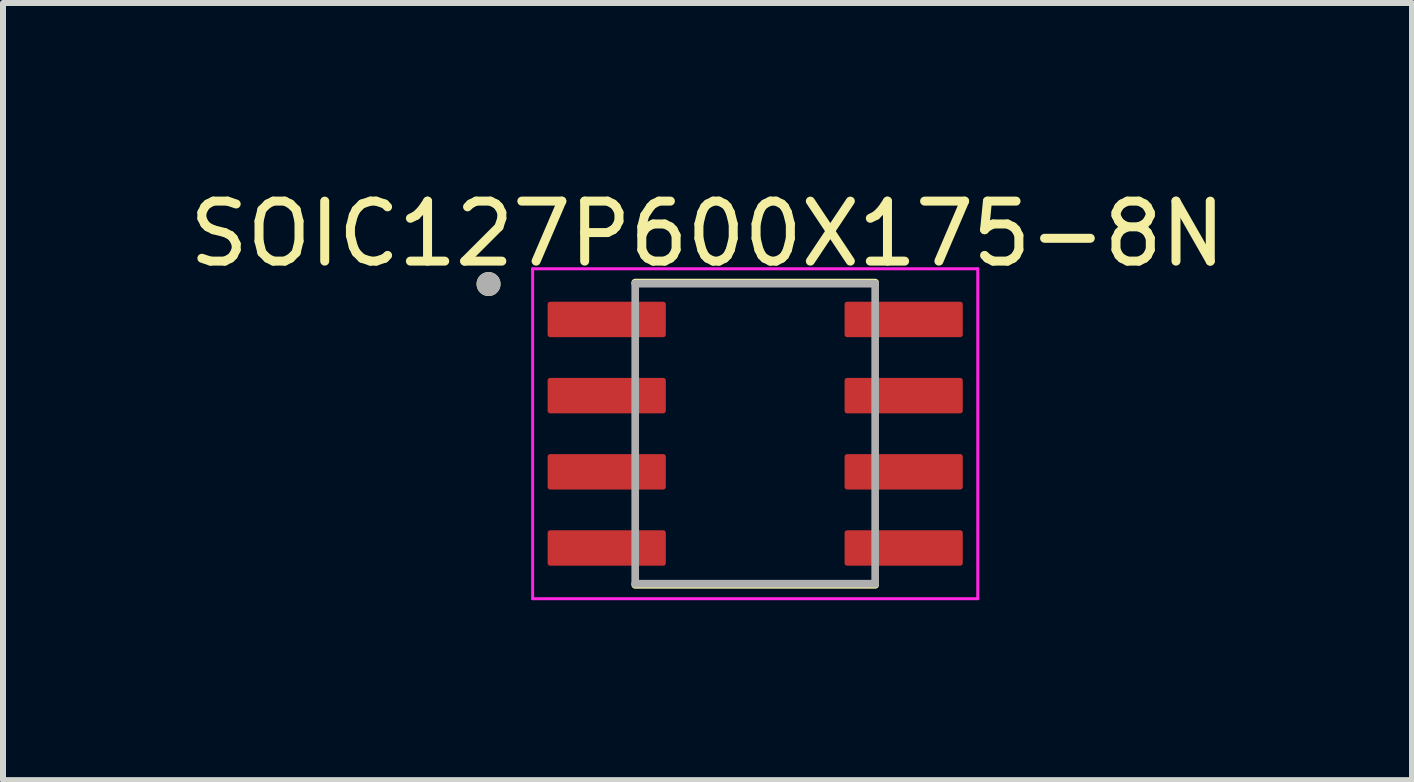
<source format=kicad_pcb>
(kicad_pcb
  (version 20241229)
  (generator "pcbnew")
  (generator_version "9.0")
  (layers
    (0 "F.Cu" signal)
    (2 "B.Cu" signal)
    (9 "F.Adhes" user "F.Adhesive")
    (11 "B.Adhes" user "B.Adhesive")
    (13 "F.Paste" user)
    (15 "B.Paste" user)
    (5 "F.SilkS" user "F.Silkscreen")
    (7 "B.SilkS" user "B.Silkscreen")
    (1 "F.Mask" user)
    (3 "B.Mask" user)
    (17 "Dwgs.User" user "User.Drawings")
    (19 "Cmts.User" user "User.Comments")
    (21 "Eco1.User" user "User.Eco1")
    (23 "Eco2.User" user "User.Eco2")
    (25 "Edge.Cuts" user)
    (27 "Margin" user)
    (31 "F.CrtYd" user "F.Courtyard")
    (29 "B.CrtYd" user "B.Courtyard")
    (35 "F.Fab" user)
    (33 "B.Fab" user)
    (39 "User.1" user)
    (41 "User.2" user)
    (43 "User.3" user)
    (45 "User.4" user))
  (footprint "SOIC127P600X175-8N"
    (layer "F.Cu")
    (at 9.539 4.18)
    (property "Reference" "SOIC127P600X175-8N" (at -0.795 -3.332 0) (layer "F.SilkS") (effects (font (size 1 1) (thickness 0.15))))
    (attr through_hole)
    (fp_line (start -2 -2.52) (end 2 -2.52) (stroke (width 0.127) (type solid)) (layer "F.SilkS"))
    (fp_line (start -2 2.52) (end 2 2.52) (stroke (width 0.127) (type solid)) (layer "F.SilkS"))
    (fp_circle (center -4.445 -2.495) (end -4.345 -2.495) (stroke (width 0.2) (type solid)) (fill no) (layer "F.SilkS"))
    (fp_line (start -3.71 -2.75) (end -3.71 2.75) (stroke (width 0.05) (type solid)) (layer "F.CrtYd"))
    (fp_line (start -3.71 -2.75) (end 3.71 -2.75) (stroke (width 0.05) (type solid)) (layer "F.CrtYd"))
    (fp_line (start -3.71 2.75) (end 3.71 2.75) (stroke (width 0.05) (type solid)) (layer "F.CrtYd"))
    (fp_line (start 3.71 -2.75) (end 3.71 2.75) (stroke (width 0.05) (type solid)) (layer "F.CrtYd"))
    (fp_line (start -2 -2.5) (end -2 2.5) (stroke (width 0.127) (type solid)) (layer "F.Fab"))
    (fp_line (start -2 -2.5) (end 2 -2.5) (stroke (width 0.127) (type solid)) (layer "F.Fab"))
    (fp_line (start -2 2.5) (end 2 2.5) (stroke (width 0.127) (type solid)) (layer "F.Fab"))
    (fp_line (start 2 -2.5) (end 2 2.5) (stroke (width 0.127) (type solid)) (layer "F.Fab"))
    (fp_circle (center -4.445 -2.495) (end -4.345 -2.495) (stroke (width 0.2) (type solid)) (fill no) (layer "F.Fab"))
    (pad "1" smd roundrect (at -2.475 -1.905) (size 1.97 0.59) (layers "F.Cu" "F.Mask" "F.Paste") (roundrect_rratio 0.07))
    (pad "2" smd roundrect (at -2.475 -0.635) (size 1.97 0.59) (layers "F.Cu" "F.Mask" "F.Paste") (roundrect_rratio 0.07))
    (pad "3" smd roundrect (at -2.475 0.635) (size 1.97 0.59) (layers "F.Cu" "F.Mask" "F.Paste") (roundrect_rratio 0.07))
    (pad "4" smd roundrect (at -2.475 1.905) (size 1.97 0.59) (layers "F.Cu" "F.Mask" "F.Paste") (roundrect_rratio 0.07))
    (pad "5" smd roundrect (at 2.475 1.905) (size 1.97 0.59) (layers "F.Cu" "F.Mask" "F.Paste") (roundrect_rratio 0.07))
    (pad "6" smd roundrect (at 2.475 0.635) (size 1.97 0.59) (layers "F.Cu" "F.Mask" "F.Paste") (roundrect_rratio 0.07))
    (pad "7" smd roundrect (at 2.475 -0.635) (size 1.97 0.59) (layers "F.Cu" "F.Mask" "F.Paste") (roundrect_rratio 0.07))
    (pad "8" smd roundrect (at 2.475 -1.905) (size 1.97 0.59) (layers "F.Cu" "F.Mask" "F.Paste") (roundrect_rratio 0.07)))
  (gr_rect
    (start -3 -3)
    (end 20.488 9.955)
    (stroke (width 0.1) (type default))
    (fill no)
    (layer "Edge.Cuts")))
</source>
